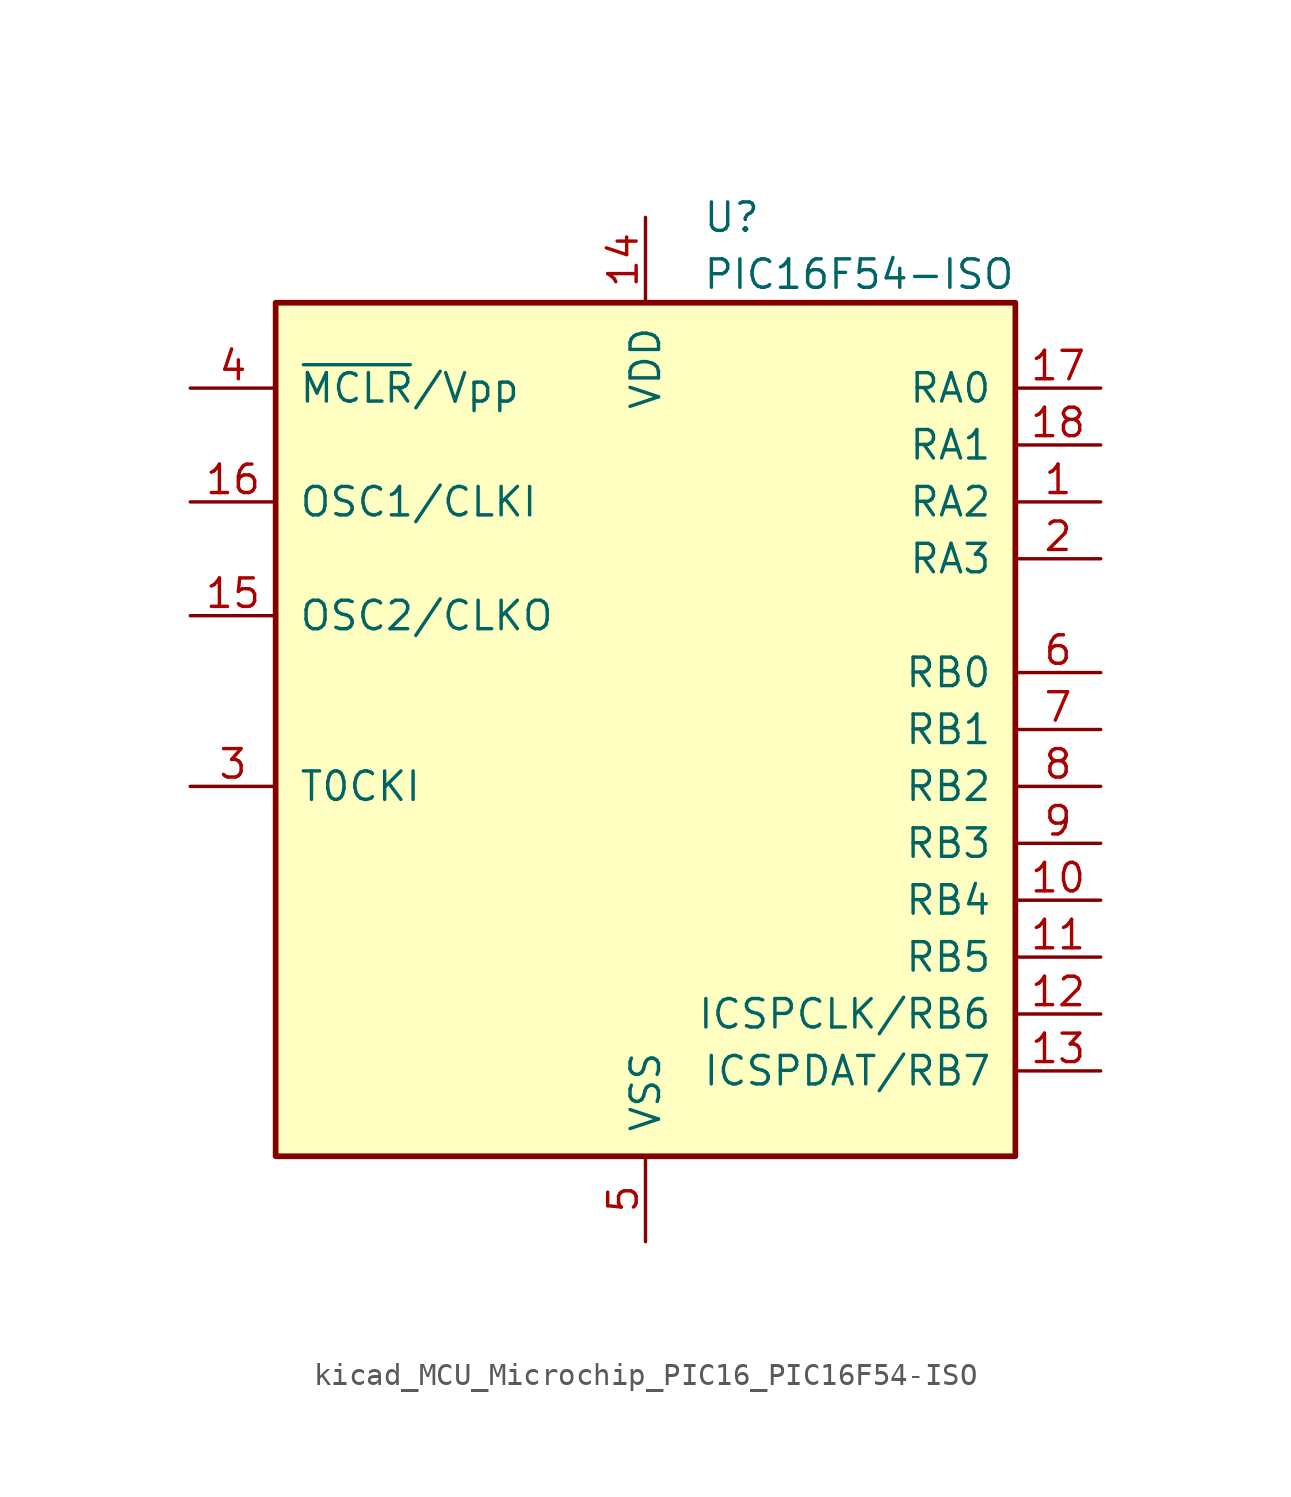
<source format=kicad_sym>
(kicad_symbol_lib
  (version 20220914)
  (generator kicad_symbol_editor)
  (symbol "kicad_MCU_Microchip_PIC16_PIC16F54-ISO"
    (pin_names
      (offset 1.016))
    (property "Reference" "U"
      (at 2.54 22.86 0)
      (effects (font (size 1.27 1.27)) (justify left)))
    (property "Value" "PIC16F54-ISO"
      (at 2.54 20.32 0)
      (effects (font (size 1.27 1.27)) (justify left)))
    (symbol "kicad_MCU_Microchip_PIC16_PIC16F54-ISO_0_1"
      (rectangle (start -16.51 19.05) (end 16.51 -19.05) (stroke (width 0.254) (type default)) (fill (type background))))
    (symbol "kicad_MCU_Microchip_PIC16_PIC16F54-ISO_1_1"
      (pin bidirectional line (at 20.32 10.16 180) (length 3.81) (name "RA2" (effects (font (size 1.27 1.27)))) (number "1" (effects (font (size 1.27 1.27)))))
      (pin bidirectional line (at 20.32 -7.62 180) (length 3.81) (name "RB4" (effects (font (size 1.27 1.27)))) (number "10" (effects (font (size 1.27 1.27)))))
      (pin bidirectional line (at 20.32 -10.16 180) (length 3.81) (name "RB5" (effects (font (size 1.27 1.27)))) (number "11" (effects (font (size 1.27 1.27)))))
      (pin bidirectional line (at 20.32 -12.7 180) (length 3.81) (name "ICSPCLK/RB6" (effects (font (size 1.27 1.27)))) (number "12" (effects (font (size 1.27 1.27)))))
      (pin bidirectional line (at 20.32 -15.24 180) (length 3.81) (name "ICSPDAT/RB7" (effects (font (size 1.27 1.27)))) (number "13" (effects (font (size 1.27 1.27)))))
      (pin power_in line (at 0 22.86 270) (length 3.81) (name "VDD" (effects (font (size 1.27 1.27)))) (number "14" (effects (font (size 1.27 1.27)))))
      (pin output line (at -20.32 5.08 0) (length 3.81) (name "OSC2/CLKO" (effects (font (size 1.27 1.27)))) (number "15" (effects (font (size 1.27 1.27)))))
      (pin input line (at -20.32 10.16 0) (length 3.81) (name "OSC1/CLKI" (effects (font (size 1.27 1.27)))) (number "16" (effects (font (size 1.27 1.27)))))
      (pin bidirectional line (at 20.32 15.24 180) (length 3.81) (name "RA0" (effects (font (size 1.27 1.27)))) (number "17" (effects (font (size 1.27 1.27)))))
      (pin bidirectional line (at 20.32 12.7 180) (length 3.81) (name "RA1" (effects (font (size 1.27 1.27)))) (number "18" (effects (font (size 1.27 1.27)))))
      (pin bidirectional line (at 20.32 7.62 180) (length 3.81) (name "RA3" (effects (font (size 1.27 1.27)))) (number "2" (effects (font (size 1.27 1.27)))))
      (pin input line (at -20.32 -2.54 0) (length 3.81) (name "T0CKI" (effects (font (size 1.27 1.27)))) (number "3" (effects (font (size 1.27 1.27)))))
      (pin input line (at -20.32 15.24 0) (length 3.81) (name "~{MCLR}/Vpp" (effects (font (size 1.27 1.27)))) (number "4" (effects (font (size 1.27 1.27)))))
      (pin power_in line (at 0 -22.86 90) (length 3.81) (name "VSS" (effects (font (size 1.27 1.27)))) (number "5" (effects (font (size 1.27 1.27)))))
      (pin bidirectional line (at 20.32 2.54 180) (length 3.81) (name "RB0" (effects (font (size 1.27 1.27)))) (number "6" (effects (font (size 1.27 1.27)))))
      (pin bidirectional line (at 20.32 0 180) (length 3.81) (name "RB1" (effects (font (size 1.27 1.27)))) (number "7" (effects (font (size 1.27 1.27)))))
      (pin bidirectional line (at 20.32 -2.54 180) (length 3.81) (name "RB2" (effects (font (size 1.27 1.27)))) (number "8" (effects (font (size 1.27 1.27)))))
      (pin bidirectional line (at 20.32 -5.08 180) (length 3.81) (name "RB3" (effects (font (size 1.27 1.27)))) (number "9" (effects (font (size 1.27 1.27))))))))
</source>
